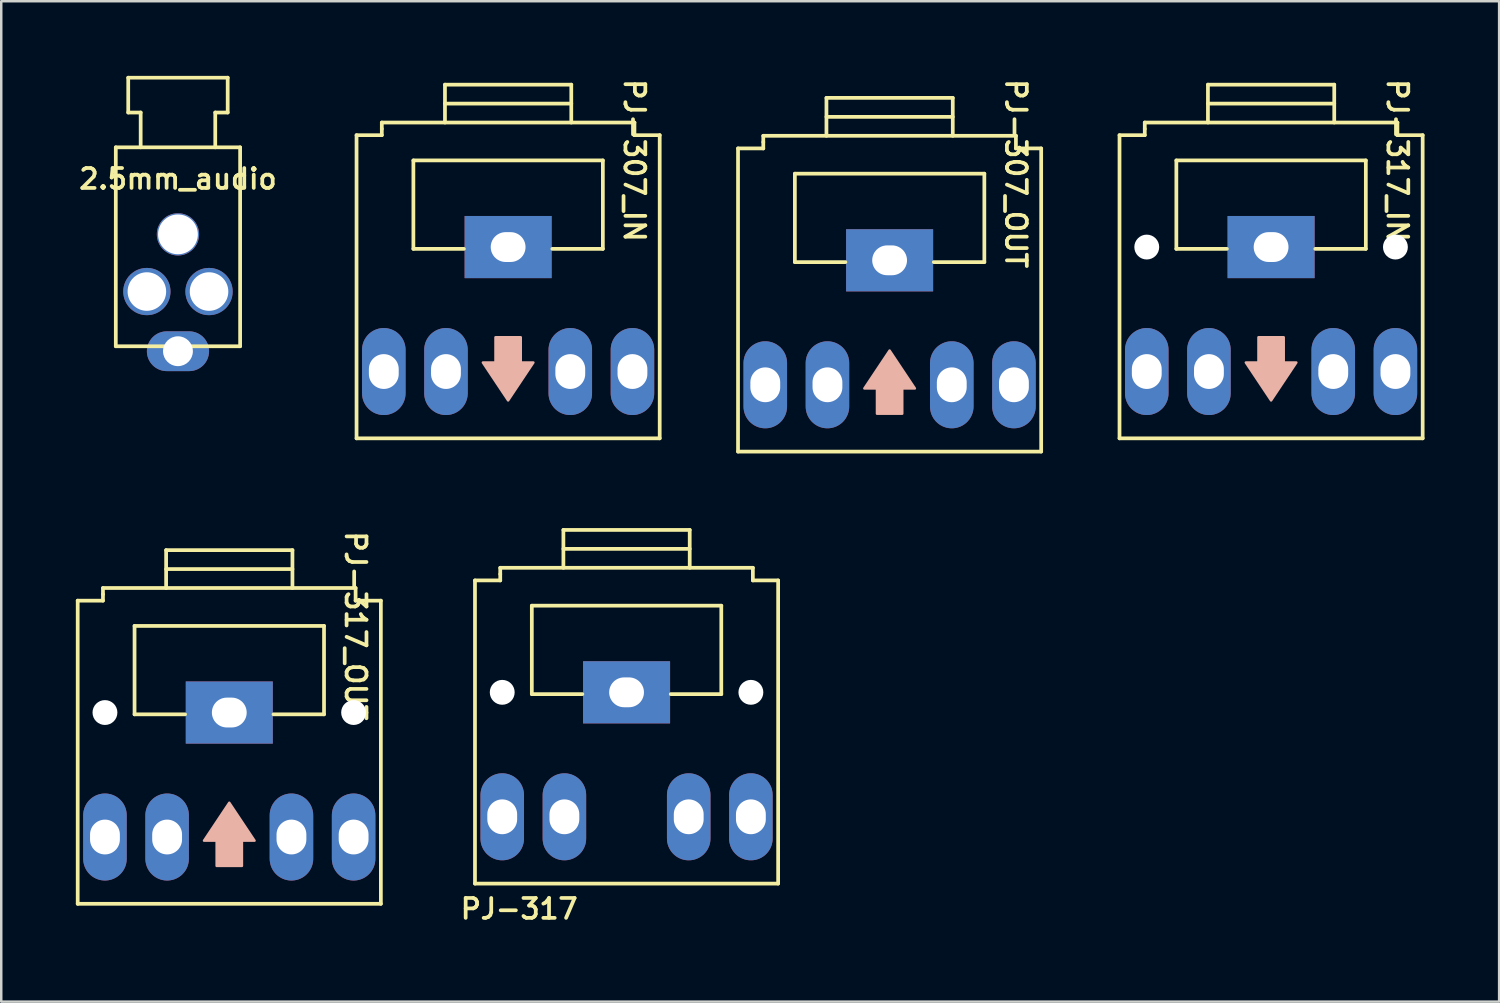
<source format=kicad_pcb>
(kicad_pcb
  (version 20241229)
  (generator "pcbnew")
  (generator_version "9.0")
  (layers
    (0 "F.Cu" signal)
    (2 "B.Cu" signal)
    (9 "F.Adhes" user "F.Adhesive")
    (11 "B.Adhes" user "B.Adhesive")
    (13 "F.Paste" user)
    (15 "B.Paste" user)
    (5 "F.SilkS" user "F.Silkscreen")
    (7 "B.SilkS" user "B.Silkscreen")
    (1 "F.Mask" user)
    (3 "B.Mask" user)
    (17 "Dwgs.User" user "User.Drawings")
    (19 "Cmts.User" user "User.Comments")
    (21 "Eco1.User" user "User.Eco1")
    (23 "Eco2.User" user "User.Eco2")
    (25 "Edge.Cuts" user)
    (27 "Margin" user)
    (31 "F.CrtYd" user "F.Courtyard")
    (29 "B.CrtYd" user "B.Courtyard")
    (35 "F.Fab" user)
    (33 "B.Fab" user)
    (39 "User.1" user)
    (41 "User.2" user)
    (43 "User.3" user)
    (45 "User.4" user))
  (footprint "PJ-307_OUT"
    (layer "F.Cu")
    (at 32.727 9.015)
    (property "Reference" "PJ-307_OUT" (at 5.08 -5.08 270) (unlocked yes) (layer "F.SilkS") (effects (font (size 0.8 0.8) (thickness 0.15))))
    (attr through_hole)
    (fp_line (start -6.096 6.096) (end -6.096 -6.096) (stroke (width 0.15) (type solid)) (layer "F.SilkS"))
    (fp_line (start -5.08 -6.604) (end 5.08 -6.604) (stroke (width 0.15) (type solid)) (layer "F.SilkS"))
    (fp_line (start -5.08 -6.35) (end -5.08 -6.604) (stroke (width 0.15) (type solid)) (layer "F.SilkS"))
    (fp_line (start -5.08 -6.096) (end -6.096 -6.096) (stroke (width 0.15) (type solid)) (layer "F.SilkS"))
    (fp_line (start -5.08 -6.096) (end -5.08 -6.35) (stroke (width 0.15) (type solid)) (layer "F.SilkS"))
    (fp_line (start -3.81 -5.08) (end 3.81 -5.08) (stroke (width 0.15) (type solid)) (layer "F.SilkS"))
    (fp_line (start -3.81 -1.524) (end -3.81 -5.08) (stroke (width 0.15) (type solid)) (layer "F.SilkS"))
    (fp_line (start -2.54 -8.128) (end -2.54 -6.604) (stroke (width 0.15) (type solid)) (layer "F.SilkS"))
    (fp_line (start -2.54 -8.128) (end 2.54 -8.128) (stroke (width 0.15) (type solid)) (layer "F.SilkS"))
    (fp_line (start -2.54 -7.366) (end 2.54 -7.366) (stroke (width 0.15) (type solid)) (layer "F.SilkS"))
    (fp_line (start -1.778 -1.524) (end -3.81 -1.524) (stroke (width 0.15) (type solid)) (layer "F.SilkS"))
    (fp_line (start 2.54 -6.604) (end 2.54 -8.128) (stroke (width 0.15) (type solid)) (layer "F.SilkS"))
    (fp_line (start 3.81 -5.08) (end 3.81 -1.524) (stroke (width 0.15) (type solid)) (layer "F.SilkS"))
    (fp_line (start 3.81 -1.524) (end 1.778 -1.524) (stroke (width 0.15) (type solid)) (layer "F.SilkS"))
    (fp_line (start 5.08 -6.604) (end 5.08 -6.096) (stroke (width 0.15) (type solid)) (layer "F.SilkS"))
    (fp_line (start 6.096 -6.096) (end 5.08 -6.096) (stroke (width 0.15) (type solid)) (layer "F.SilkS"))
    (fp_line (start 6.096 -6.096) (end 6.096 6.096) (stroke (width 0.15) (type solid)) (layer "F.SilkS"))
    (fp_line (start 6.096 6.096) (end -6.096 6.096) (stroke (width 0.15) (type solid)) (layer "F.SilkS"))
    (fp_poly (pts (xy -0.508 3.556) (xy -1.016 3.556) (xy 0 2.032) (xy 1.016 3.556) (xy 0.508 3.556) (xy 0.508 4.572) (xy -0.508 4.572)) (stroke (width 0.1) (type solid)) (fill yes) (layer "B.SilkS"))
    (pad "1" thru_hole rect (at 0 -1.596) (size 3.5 2.5) (drill oval 1.4 1.2) (layers "*.Cu" "*.Mask"))
    (pad "2" thru_hole oval (at 5 3.41) (size 1.75 3.5) (drill oval 1.2 1.4) (layers "*.Cu" "*.Mask"))
    (pad "3" thru_hole oval (at 2.5 3.41) (size 1.75 3.5) (drill oval 1.2 1.4) (layers "*.Cu" "*.Mask"))
    (pad "4" thru_hole oval (at -2.5 3.41) (size 1.75 3.5) (drill oval 1.2 1.4) (layers "*.Cu" "*.Mask"))
    (pad "5" thru_hole oval (at -5 3.41) (size 1.75 3.5) (drill oval 1.2 1.4) (layers "*.Cu" "*.Mask")))
  (footprint "PJ-307_IN"
    (layer "F.Cu")
    (at 17.385 8.482)
    (property "Reference" "PJ-307_IN" (at 5.08 -5.08 270) (unlocked yes) (layer "F.SilkS") (effects (font (size 0.8 0.8) (thickness 0.15))))
    (attr through_hole)
    (fp_line (start -6.096 6.096) (end -6.096 -6.096) (stroke (width 0.15) (type solid)) (layer "F.SilkS"))
    (fp_line (start -5.08 -6.604) (end 5.08 -6.604) (stroke (width 0.15) (type solid)) (layer "F.SilkS"))
    (fp_line (start -5.08 -6.35) (end -5.08 -6.604) (stroke (width 0.15) (type solid)) (layer "F.SilkS"))
    (fp_line (start -5.08 -6.096) (end -6.096 -6.096) (stroke (width 0.15) (type solid)) (layer "F.SilkS"))
    (fp_line (start -5.08 -6.096) (end -5.08 -6.35) (stroke (width 0.15) (type solid)) (layer "F.SilkS"))
    (fp_line (start -3.81 -5.08) (end 3.81 -5.08) (stroke (width 0.15) (type solid)) (layer "F.SilkS"))
    (fp_line (start -3.81 -1.524) (end -3.81 -5.08) (stroke (width 0.15) (type solid)) (layer "F.SilkS"))
    (fp_line (start -2.54 -8.128) (end -2.54 -6.604) (stroke (width 0.15) (type solid)) (layer "F.SilkS"))
    (fp_line (start -2.54 -8.128) (end 2.54 -8.128) (stroke (width 0.15) (type solid)) (layer "F.SilkS"))
    (fp_line (start -2.54 -7.366) (end 2.54 -7.366) (stroke (width 0.15) (type solid)) (layer "F.SilkS"))
    (fp_line (start -1.778 -1.524) (end -3.81 -1.524) (stroke (width 0.15) (type solid)) (layer "F.SilkS"))
    (fp_line (start 2.54 -6.604) (end 2.54 -8.128) (stroke (width 0.15) (type solid)) (layer "F.SilkS"))
    (fp_line (start 3.81 -5.08) (end 3.81 -1.524) (stroke (width 0.15) (type solid)) (layer "F.SilkS"))
    (fp_line (start 3.81 -1.524) (end 1.778 -1.524) (stroke (width 0.15) (type solid)) (layer "F.SilkS"))
    (fp_line (start 5.08 -6.604) (end 5.08 -6.096) (stroke (width 0.15) (type solid)) (layer "F.SilkS"))
    (fp_line (start 6.096 -6.096) (end 5.08 -6.096) (stroke (width 0.15) (type solid)) (layer "F.SilkS"))
    (fp_line (start 6.096 -6.096) (end 6.096 6.096) (stroke (width 0.15) (type solid)) (layer "F.SilkS"))
    (fp_line (start 6.096 6.096) (end -6.096 6.096) (stroke (width 0.15) (type solid)) (layer "F.SilkS"))
    (fp_poly (pts (xy 0.508 3.048) (xy 1.016 3.048) (xy 0 4.572) (xy -1.016 3.048) (xy -0.508 3.048) (xy -0.508 2.032) (xy 0.508 2.032)) (stroke (width 0.1) (type solid)) (fill yes) (layer "B.SilkS"))
    (pad "1" thru_hole rect (at 0 -1.596) (size 3.5 2.5) (drill oval 1.4 1.2) (layers "*.Cu" "*.Mask"))
    (pad "2" thru_hole oval (at 5 3.41) (size 1.75 3.5) (drill oval 1.2 1.4) (layers "*.Cu" "*.Mask"))
    (pad "3" thru_hole oval (at 2.5 3.41) (size 1.75 3.5) (drill oval 1.2 1.4) (layers "*.Cu" "*.Mask"))
    (pad "4" thru_hole oval (at -2.5 3.41) (size 1.75 3.5) (drill oval 1.2 1.4) (layers "*.Cu" "*.Mask"))
    (pad "5" thru_hole oval (at -5 3.41) (size 1.75 3.5) (drill oval 1.2 1.4) (layers "*.Cu" "*.Mask")))
  (footprint "2.5mm_audio"
    (layer "F.Cu")
    (at 4.107 2.875)
    (property "Reference" "2.5mm_audio" (at 0 1.27 0) (layer "F.SilkS") (effects (font (size 0.8 0.8) (thickness 0.15))))
    (attr through_hole)
    (fp_line (start -2.5 0) (end -2.5 8) (stroke (width 0.15) (type solid)) (layer "F.SilkS"))
    (fp_line (start -2.5 0) (end 2.5 0) (stroke (width 0.15) (type solid)) (layer "F.SilkS"))
    (fp_line (start -2.5 8) (end 2.5 8) (stroke (width 0.15) (type solid)) (layer "F.SilkS"))
    (fp_line (start -2 -2.8) (end 2 -2.8) (stroke (width 0.15) (type solid)) (layer "F.SilkS"))
    (fp_line (start -2 -1.4) (end -2 -2.8) (stroke (width 0.15) (type solid)) (layer "F.SilkS"))
    (fp_line (start -2 -1.4) (end -1.5 -1.4) (stroke (width 0.15) (type solid)) (layer "F.SilkS"))
    (fp_line (start -1.5 -1.4) (end -1.5 0) (stroke (width 0.15) (type solid)) (layer "F.SilkS"))
    (fp_line (start 1.5 0) (end 1.5 -1.4) (stroke (width 0.15) (type solid)) (layer "F.SilkS"))
    (fp_line (start 2 -2.8) (end 2 -1.4) (stroke (width 0.15) (type solid)) (layer "F.SilkS"))
    (fp_line (start 2 -1.4) (end 1.5 -1.4) (stroke (width 0.15) (type solid)) (layer "F.SilkS"))
    (fp_line (start 2.5 0) (end 2.5 8) (stroke (width 0.15) (type solid)) (layer "F.SilkS"))
    (pad "" np_thru_hole circle (at 0 3.5) (size 1.7 1.7) (drill 1.6) (layers "*.Cu" "*.Mask"))
    (pad "1" thru_hole circle (at -1.25 5.8) (size 1.9 1.9) (drill 1.55) (layers "*.Cu" "*.Mask"))
    (pad "2" thru_hole oval (at 0 8.2) (size 2.5 1.6) (drill 1.2) (layers "*.Cu" "*.Mask"))
    (pad "3" thru_hole circle (at 1.25 5.8) (size 1.9 1.9) (drill 1.55) (layers "*.Cu" "*.Mask")))
  (footprint "PJ-317_IN"
    (layer "F.Cu")
    (at 48.069 8.482)
    (property "Reference" "PJ-317_IN" (at 5.08 -5.08 270) (unlocked yes) (layer "F.SilkS") (effects (font (size 0.8 0.8) (thickness 0.15))))
    (attr through_hole)
    (fp_line (start -6.096 6.096) (end -6.096 -6.096) (stroke (width 0.15) (type solid)) (layer "F.SilkS"))
    (fp_line (start -5.08 -6.604) (end 5.08 -6.604) (stroke (width 0.15) (type solid)) (layer "F.SilkS"))
    (fp_line (start -5.08 -6.35) (end -5.08 -6.604) (stroke (width 0.15) (type solid)) (layer "F.SilkS"))
    (fp_line (start -5.08 -6.096) (end -6.096 -6.096) (stroke (width 0.15) (type solid)) (layer "F.SilkS"))
    (fp_line (start -5.08 -6.096) (end -5.08 -6.35) (stroke (width 0.15) (type solid)) (layer "F.SilkS"))
    (fp_line (start -3.81 -5.08) (end 3.81 -5.08) (stroke (width 0.15) (type solid)) (layer "F.SilkS"))
    (fp_line (start -3.81 -1.524) (end -3.81 -5.08) (stroke (width 0.15) (type solid)) (layer "F.SilkS"))
    (fp_line (start -2.54 -8.128) (end -2.54 -6.604) (stroke (width 0.15) (type solid)) (layer "F.SilkS"))
    (fp_line (start -2.54 -8.128) (end 2.54 -8.128) (stroke (width 0.15) (type solid)) (layer "F.SilkS"))
    (fp_line (start -2.54 -7.366) (end 2.54 -7.366) (stroke (width 0.15) (type solid)) (layer "F.SilkS"))
    (fp_line (start -1.778 -1.524) (end -3.81 -1.524) (stroke (width 0.15) (type solid)) (layer "F.SilkS"))
    (fp_line (start 2.54 -6.604) (end 2.54 -8.128) (stroke (width 0.15) (type solid)) (layer "F.SilkS"))
    (fp_line (start 3.81 -5.08) (end 3.81 -1.524) (stroke (width 0.15) (type solid)) (layer "F.SilkS"))
    (fp_line (start 3.81 -1.524) (end 1.778 -1.524) (stroke (width 0.15) (type solid)) (layer "F.SilkS"))
    (fp_line (start 5.08 -6.604) (end 5.08 -6.096) (stroke (width 0.15) (type solid)) (layer "F.SilkS"))
    (fp_line (start 6.096 -6.096) (end 5.08 -6.096) (stroke (width 0.15) (type solid)) (layer "F.SilkS"))
    (fp_line (start 6.096 -6.096) (end 6.096 6.096) (stroke (width 0.15) (type solid)) (layer "F.SilkS"))
    (fp_line (start 6.096 6.096) (end -6.096 6.096) (stroke (width 0.15) (type solid)) (layer "F.SilkS"))
    (fp_poly (pts (xy 0.508 3.048) (xy 1.016 3.048) (xy 0 4.572) (xy -1.016 3.048) (xy -0.508 3.048) (xy -0.508 2.032) (xy 0.508 2.032)) (stroke (width 0.1) (type solid)) (fill yes) (layer "B.SilkS"))
    (pad "" np_thru_hole circle (at -5 -1.596) (size 1 1) (drill 1) (layers "*.Cu" "*.Mask"))
    (pad "" np_thru_hole circle (at 5 -1.596 180) (size 1 1) (drill 1) (layers "*.Cu" "*.Mask"))
    (pad "1" thru_hole rect (at 0 -1.596) (size 3.5 2.5) (drill oval 1.4 1.2) (layers "*.Cu" "*.Mask"))
    (pad "2" thru_hole oval (at 5 3.41) (size 1.75 3.5) (drill oval 1.2 1.4) (layers "*.Cu" "*.Mask"))
    (pad "3" thru_hole oval (at 2.5 3.41) (size 1.75 3.5) (drill oval 1.2 1.4) (layers "*.Cu" "*.Mask"))
    (pad "4" thru_hole oval (at -2.5 3.41) (size 1.75 3.5) (drill oval 1.2 1.4) (layers "*.Cu" "*.Mask"))
    (pad "5" thru_hole oval (at -5 3.41) (size 1.75 3.5) (drill oval 1.2 1.4) (layers "*.Cu" "*.Mask")))
  (footprint "PJ-317_OUT"
    (layer "F.Cu")
    (at 6.171 27.202)
    (property "Reference" "PJ-317_OUT" (at 5.08 -5.08 270) (unlocked yes) (layer "F.SilkS") (effects (font (size 0.8 0.8) (thickness 0.15))))
    (attr through_hole)
    (fp_line (start -6.096 6.096) (end -6.096 -6.096) (stroke (width 0.15) (type solid)) (layer "F.SilkS"))
    (fp_line (start -5.08 -6.604) (end 5.08 -6.604) (stroke (width 0.15) (type solid)) (layer "F.SilkS"))
    (fp_line (start -5.08 -6.35) (end -5.08 -6.604) (stroke (width 0.15) (type solid)) (layer "F.SilkS"))
    (fp_line (start -5.08 -6.096) (end -6.096 -6.096) (stroke (width 0.15) (type solid)) (layer "F.SilkS"))
    (fp_line (start -5.08 -6.096) (end -5.08 -6.35) (stroke (width 0.15) (type solid)) (layer "F.SilkS"))
    (fp_line (start -3.81 -5.08) (end 3.81 -5.08) (stroke (width 0.15) (type solid)) (layer "F.SilkS"))
    (fp_line (start -3.81 -1.524) (end -3.81 -5.08) (stroke (width 0.15) (type solid)) (layer "F.SilkS"))
    (fp_line (start -2.54 -8.128) (end -2.54 -6.604) (stroke (width 0.15) (type solid)) (layer "F.SilkS"))
    (fp_line (start -2.54 -8.128) (end 2.54 -8.128) (stroke (width 0.15) (type solid)) (layer "F.SilkS"))
    (fp_line (start -2.54 -7.366) (end 2.54 -7.366) (stroke (width 0.15) (type solid)) (layer "F.SilkS"))
    (fp_line (start -1.778 -1.524) (end -3.81 -1.524) (stroke (width 0.15) (type solid)) (layer "F.SilkS"))
    (fp_line (start 2.54 -6.604) (end 2.54 -8.128) (stroke (width 0.15) (type solid)) (layer "F.SilkS"))
    (fp_line (start 3.81 -5.08) (end 3.81 -1.524) (stroke (width 0.15) (type solid)) (layer "F.SilkS"))
    (fp_line (start 3.81 -1.524) (end 1.778 -1.524) (stroke (width 0.15) (type solid)) (layer "F.SilkS"))
    (fp_line (start 5.08 -6.604) (end 5.08 -6.096) (stroke (width 0.15) (type solid)) (layer "F.SilkS"))
    (fp_line (start 6.096 -6.096) (end 5.08 -6.096) (stroke (width 0.15) (type solid)) (layer "F.SilkS"))
    (fp_line (start 6.096 -6.096) (end 6.096 6.096) (stroke (width 0.15) (type solid)) (layer "F.SilkS"))
    (fp_line (start 6.096 6.096) (end -6.096 6.096) (stroke (width 0.15) (type solid)) (layer "F.SilkS"))
    (fp_poly (pts (xy -0.508 3.556) (xy -1.016 3.556) (xy 0 2.032) (xy 1.016 3.556) (xy 0.508 3.556) (xy 0.508 4.572) (xy 0 4.572) (xy -0.508 4.572)) (stroke (width 0.1) (type solid)) (fill yes) (layer "B.SilkS"))
    (pad "" np_thru_hole circle (at -5 -1.596) (size 1 1) (drill 1) (layers "*.Cu" "*.Mask"))
    (pad "" np_thru_hole circle (at 5 -1.596 180) (size 1 1) (drill 1) (layers "*.Cu" "*.Mask"))
    (pad "1" thru_hole rect (at 0 -1.596) (size 3.5 2.5) (drill oval 1.4 1.2) (layers "*.Cu" "*.Mask"))
    (pad "2" thru_hole oval (at 5 3.41) (size 1.75 3.5) (drill oval 1.2 1.4) (layers "*.Cu" "*.Mask"))
    (pad "3" thru_hole oval (at 2.5 3.41) (size 1.75 3.5) (drill oval 1.2 1.4) (layers "*.Cu" "*.Mask"))
    (pad "4" thru_hole oval (at -2.5 3.41) (size 1.75 3.5) (drill oval 1.2 1.4) (layers "*.Cu" "*.Mask"))
    (pad "5" thru_hole oval (at -5 3.41) (size 1.75 3.5) (drill oval 1.2 1.4) (layers "*.Cu" "*.Mask")))
  (footprint "PJ-317"
    (layer "F.Cu")
    (at 22.148 26.389)
    (property "Reference" "PJ-317" (at -4.318 7.112 0) (layer "F.SilkS") (effects (font (size 0.8 0.8) (thickness 0.15))))
    (attr through_hole)
    (fp_line (start -6.096 6.096) (end -6.096 -6.096) (stroke (width 0.15) (type solid)) (layer "F.SilkS"))
    (fp_line (start -5.08 -6.604) (end 5.08 -6.604) (stroke (width 0.15) (type solid)) (layer "F.SilkS"))
    (fp_line (start -5.08 -6.35) (end -5.08 -6.604) (stroke (width 0.15) (type solid)) (layer "F.SilkS"))
    (fp_line (start -5.08 -6.096) (end -6.096 -6.096) (stroke (width 0.15) (type solid)) (layer "F.SilkS"))
    (fp_line (start -5.08 -6.096) (end -5.08 -6.35) (stroke (width 0.15) (type solid)) (layer "F.SilkS"))
    (fp_line (start -3.81 -5.08) (end 3.81 -5.08) (stroke (width 0.15) (type solid)) (layer "F.SilkS"))
    (fp_line (start -3.81 -1.524) (end -3.81 -5.08) (stroke (width 0.15) (type solid)) (layer "F.SilkS"))
    (fp_line (start -2.54 -8.128) (end -2.54 -6.604) (stroke (width 0.15) (type solid)) (layer "F.SilkS"))
    (fp_line (start -2.54 -8.128) (end 2.54 -8.128) (stroke (width 0.15) (type solid)) (layer "F.SilkS"))
    (fp_line (start -2.54 -7.366) (end 2.54 -7.366) (stroke (width 0.15) (type solid)) (layer "F.SilkS"))
    (fp_line (start -1.778 -1.524) (end -3.81 -1.524) (stroke (width 0.15) (type solid)) (layer "F.SilkS"))
    (fp_line (start 2.54 -6.604) (end 2.54 -8.128) (stroke (width 0.15) (type solid)) (layer "F.SilkS"))
    (fp_line (start 3.81 -5.08) (end 3.81 -1.524) (stroke (width 0.15) (type solid)) (layer "F.SilkS"))
    (fp_line (start 3.81 -1.524) (end 1.778 -1.524) (stroke (width 0.15) (type solid)) (layer "F.SilkS"))
    (fp_line (start 5.08 -6.604) (end 5.08 -6.096) (stroke (width 0.15) (type solid)) (layer "F.SilkS"))
    (fp_line (start 6.096 -6.096) (end 5.08 -6.096) (stroke (width 0.15) (type solid)) (layer "F.SilkS"))
    (fp_line (start 6.096 -6.096) (end 6.096 6.096) (stroke (width 0.15) (type solid)) (layer "F.SilkS"))
    (fp_line (start 6.096 6.096) (end -6.096 6.096) (stroke (width 0.15) (type solid)) (layer "F.SilkS"))
    (pad "" np_thru_hole circle (at -5 -1.596) (size 1 1) (drill 1) (layers "*.Cu" "*.Mask"))
    (pad "" np_thru_hole circle (at 5 -1.596 180) (size 1 1) (drill 1) (layers "*.Cu" "*.Mask"))
    (pad "1" thru_hole rect (at 0 -1.596) (size 3.5 2.5) (drill oval 1.4 1.2) (layers "*.Cu" "*.Mask"))
    (pad "2" thru_hole oval (at 5 3.41) (size 1.75 3.5) (drill oval 1.2 1.4) (layers "*.Cu" "*.Mask"))
    (pad "3" thru_hole oval (at 2.5 3.41) (size 1.75 3.5) (drill oval 1.2 1.4) (layers "*.Cu" "*.Mask"))
    (pad "4" thru_hole oval (at -2.5 3.41) (size 1.75 3.5) (drill oval 1.2 1.4) (layers "*.Cu" "*.Mask"))
    (pad "5" thru_hole oval (at -5 3.41) (size 1.75 3.5) (drill oval 1.2 1.4) (layers "*.Cu" "*.Mask")))
  (gr_rect
    (start -3 -3)
    (end 57.24 37.233)
    (stroke (width 0.1) (type default))
    (fill no)
    (layer "Edge.Cuts")))
</source>
